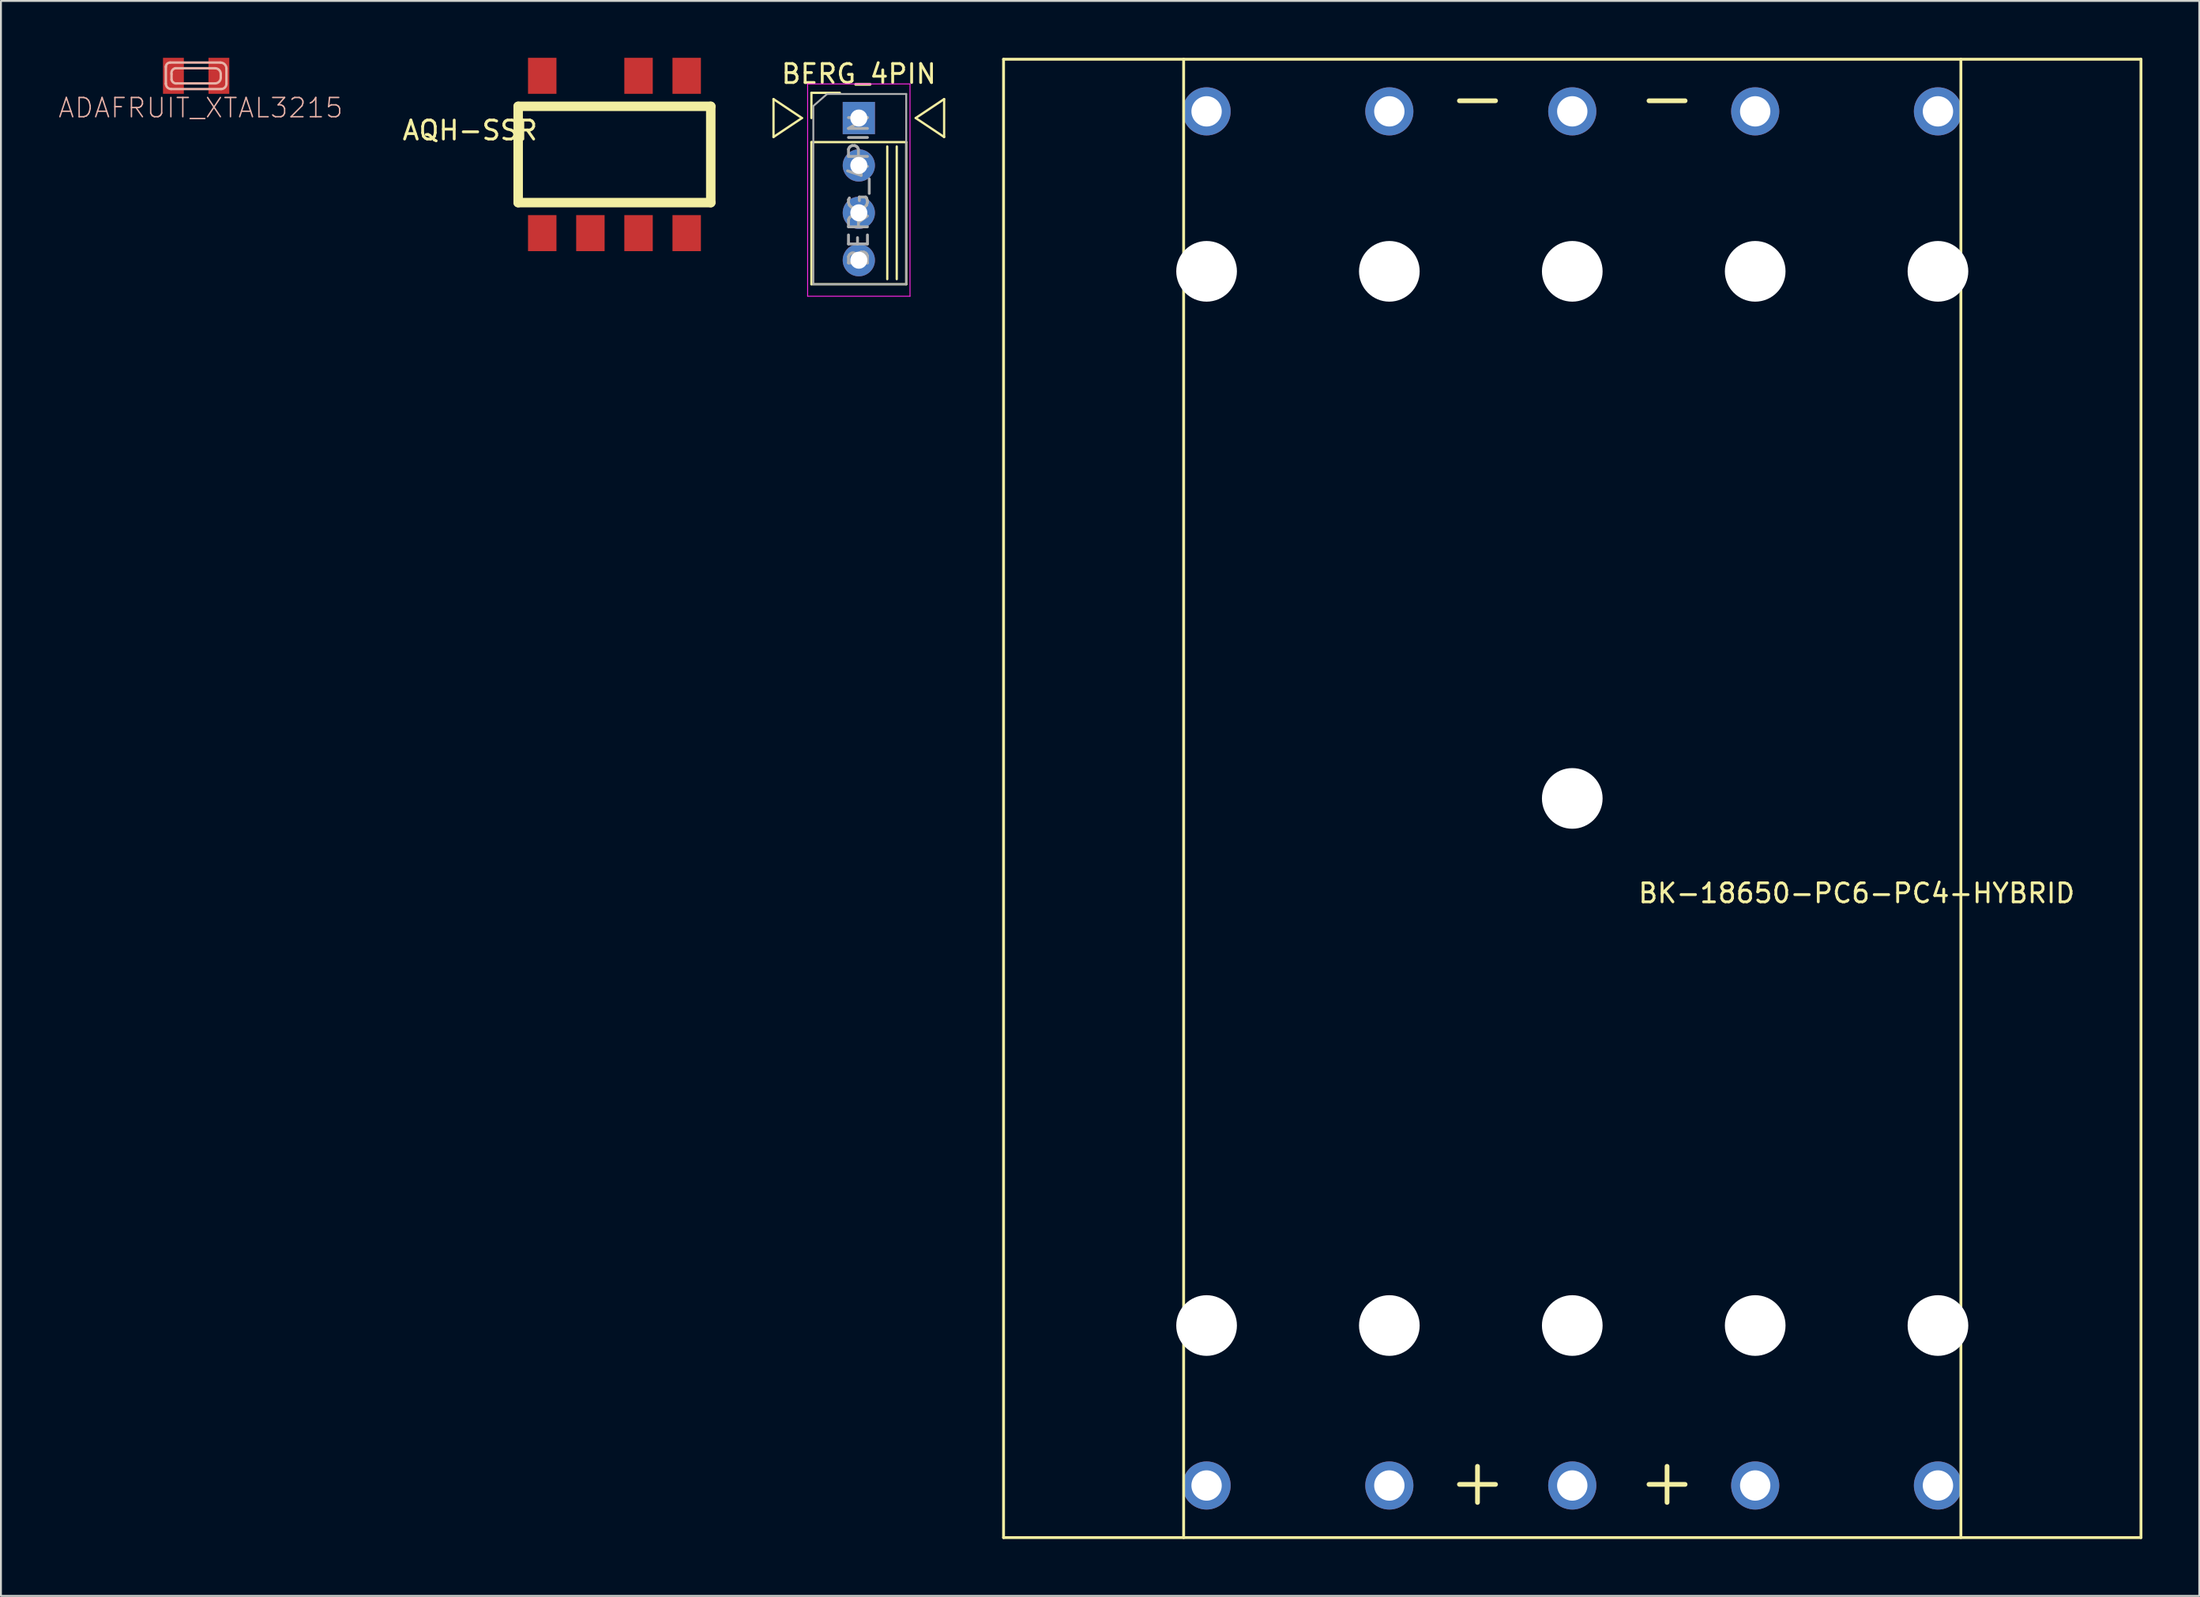
<source format=kicad_pcb>
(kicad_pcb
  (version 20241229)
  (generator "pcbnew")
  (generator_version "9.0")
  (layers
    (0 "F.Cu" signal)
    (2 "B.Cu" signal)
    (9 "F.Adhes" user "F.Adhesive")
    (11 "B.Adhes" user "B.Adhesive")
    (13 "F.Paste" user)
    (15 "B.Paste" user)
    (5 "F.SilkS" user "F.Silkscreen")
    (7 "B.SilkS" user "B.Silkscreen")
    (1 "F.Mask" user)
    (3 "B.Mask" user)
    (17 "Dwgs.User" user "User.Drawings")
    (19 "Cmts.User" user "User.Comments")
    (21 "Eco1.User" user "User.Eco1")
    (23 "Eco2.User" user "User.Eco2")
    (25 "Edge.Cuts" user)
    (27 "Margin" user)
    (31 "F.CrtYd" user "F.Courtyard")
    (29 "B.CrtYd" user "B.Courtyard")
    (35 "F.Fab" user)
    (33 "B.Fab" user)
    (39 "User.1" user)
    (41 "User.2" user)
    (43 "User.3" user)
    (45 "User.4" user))
  (footprint "BK-18650-PC6-PC4-HYBRID"
    (layer "F.Cu")
    (at 79.889 39.075)
    (property "Reference" "BK-18650-PC6-PC4-HYBRID" (at 15 5 0) (layer "F.SilkS") (effects (font (size 1 1) (thickness 0.15))))
    (attr through_hole)
    (fp_line (start -30 -39) (end 30 -39) (stroke (width 0.15) (type solid)) (layer "F.SilkS"))
    (fp_line (start -30 39) (end -30 -39) (stroke (width 0.15) (type solid)) (layer "F.SilkS"))
    (fp_line (start -20.5 -39) (end -20.5 39) (stroke (width 0.15) (type solid)) (layer "F.SilkS"))
    (fp_line (start 20.5 -39) (end 20.5 39) (stroke (width 0.15) (type solid)) (layer "F.SilkS"))
    (fp_line (start 30 -39) (end 30 39) (stroke (width 0.15) (type solid)) (layer "F.SilkS"))
    (fp_line (start 30 39) (end -30 39) (stroke (width 0.15) (type solid)) (layer "F.SilkS"))
    (fp_text user "-" (at 5 -37 0) (layer "F.SilkS") (effects (font (size 2.5 2.5) (thickness 0.25))))
    (fp_text user "-" (at -5 -37 0) (layer "F.SilkS") (effects (font (size 2.5 2.5) (thickness 0.25))))
    (fp_text user "+" (at 5 36 0) (layer "F.SilkS") (effects (font (size 2.5 2.5) (thickness 0.25))))
    (fp_text user "+" (at -5 36 0) (layer "F.SilkS") (effects (font (size 2.5 2.5) (thickness 0.25))))
    (pad "" np_thru_hole circle (at -19.29 -27.81) (size 3.2 3.2) (drill 3.2) (layers "*.Cu" "*.Mask"))
    (pad "" np_thru_hole circle (at -19.29 27.81) (size 3.2 3.2) (drill 3.2) (layers "*.Cu" "*.Mask"))
    (pad "" np_thru_hole circle (at -9.65 -27.81) (size 3.2 3.2) (drill 3.2) (layers "*.Cu" "*.Mask"))
    (pad "" np_thru_hole circle (at -9.65 27.81) (size 3.2 3.2) (drill 3.2) (layers "*.Cu" "*.Mask"))
    (pad "" np_thru_hole circle (at 0 -27.81) (size 3.2 3.2) (drill 3.2) (layers "*.Cu" "*.Mask"))
    (pad "" np_thru_hole circle (at 0 0) (size 3.2 3.2) (drill 3.2) (layers "*.Cu" "*.Mask"))
    (pad "" np_thru_hole circle (at 0 27.81) (size 3.2 3.2) (drill 3.2) (layers "*.Cu" "*.Mask"))
    (pad "" np_thru_hole circle (at 9.65 -27.81) (size 3.2 3.2) (drill 3.2) (layers "*.Cu" "*.Mask"))
    (pad "" np_thru_hole circle (at 9.65 27.81) (size 3.2 3.2) (drill 3.2) (layers "*.Cu" "*.Mask"))
    (pad "" np_thru_hole circle (at 19.29 -27.81) (size 3.2 3.2) (drill 3.2) (layers "*.Cu" "*.Mask"))
    (pad "" np_thru_hole circle (at 19.29 27.81) (size 3.2 3.2) (drill 3.2) (layers "*.Cu" "*.Mask"))
    (pad "1" thru_hole circle (at -19.29 36.25) (size 2.54 2.54) (drill 1.6) (layers "*.Cu" "*.Mask"))
    (pad "1" thru_hole circle (at -9.65 36.25) (size 2.54 2.54) (drill 1.6) (layers "*.Cu" "*.Mask"))
    (pad "1" thru_hole circle (at 0 36.25) (size 2.54 2.54) (drill 1.6) (layers "*.Cu" "*.Mask"))
    (pad "1" thru_hole circle (at 9.65 36.25) (size 2.54 2.54) (drill 1.6) (layers "*.Cu" "*.Mask"))
    (pad "1" thru_hole circle (at 19.29 36.25) (size 2.54 2.54) (drill 1.6) (layers "*.Cu" "*.Mask"))
    (pad "2" thru_hole circle (at -19.29 -36.25) (size 2.54 2.54) (drill 1.6) (layers "*.Cu" "*.Mask"))
    (pad "2" thru_hole circle (at -9.65 -36.25) (size 2.54 2.54) (drill 1.6) (layers "*.Cu" "*.Mask"))
    (pad "2" thru_hole circle (at 0 -36.25) (size 2.54 2.54) (drill 1.6) (layers "*.Cu" "*.Mask"))
    (pad "2" thru_hole circle (at 9.65 -36.25) (size 2.54 2.54) (drill 1.6) (layers "*.Cu" "*.Mask"))
    (pad "2" thru_hole circle (at 19.29 -36.25) (size 2.54 2.54) (drill 1.6) (layers "*.Cu" "*.Mask")))
  (footprint "ADAFRUIT_XTAL3215"
    (layer "F.Cu")
    (at 7.297 0.95)
    (property "Reference" "ADAFRUIT_XTAL3215" (at 0.239 1.692 0) (layer "B.SilkS") (effects (font (size 1.016 1.016) (thickness 0.076))))
    (attr smd)
    (fp_line (start -1.598 0.417) (end -1.598 -0.475) (stroke (width 0.127) (type solid)) (layer "B.SilkS"))
    (fp_line (start -1.374 -0.699) (end 1.283 -0.699) (stroke (width 0.127) (type solid)) (layer "B.SilkS"))
    (fp_line (start -1.298 0.198) (end -1.298 -0.099) (stroke (width 0.127) (type solid)) (layer "B.SilkS"))
    (fp_line (start -1.1 -0.399) (end 0.998 -0.399) (stroke (width 0.127) (type solid)) (layer "B.SilkS"))
    (fp_line (start 0.998 0.399) (end -0.998 0.399) (stroke (width 0.127) (type solid)) (layer "B.SilkS"))
    (fp_line (start 1.298 -0.099) (end 1.298 0.099) (stroke (width 0.127) (type solid)) (layer "B.SilkS"))
    (fp_line (start 1.316 0.699) (end -1.316 0.699) (stroke (width 0.127) (type solid)) (layer "B.SilkS"))
    (fp_line (start 1.598 -0.384) (end 1.598 0.417) (stroke (width 0.127) (type solid)) (layer "B.SilkS"))
    (fp_arc (start -1.59766 -0.47498) (mid -1.532193 -0.633033) (end -1.37414 -0.6985) (stroke (width 0.127) (type solid)) (layer "B.SilkS"))
    (fp_arc (start -1.31572 0.6985) (mid -1.515082 0.615922) (end -1.59766 0.41656) (stroke (width 0.127) (type solid)) (layer "B.SilkS"))
    (fp_arc (start -1.29794 -0.09906) (mid -1.260954 -0.289952) (end -1.09982 -0.39878) (stroke (width 0.127) (type solid)) (layer "B.SilkS"))
    (fp_arc (start -0.99822 0.39878) (mid -1.189112 0.361794) (end -1.29794 0.20066) (stroke (width 0.127) (type solid)) (layer "B.SilkS"))
    (fp_arc (start 0.99822 -0.39878) (mid 1.209969 -0.311179) (end 1.29794 -0.099583) (stroke (width 0.127) (type solid)) (layer "B.SilkS"))
    (fp_arc (start 1.2827 -0.6985) (mid 1.50541 -0.60625) (end 1.59766 -0.38354) (stroke (width 0.127) (type solid)) (layer "B.SilkS"))
    (fp_arc (start 1.29794 0.09906) (mid 1.210154 0.310994) (end 0.99822 0.39878) (stroke (width 0.127) (type solid)) (layer "B.SilkS"))
    (fp_arc (start 1.59766 0.41656) (mid 1.515082 0.615922) (end 1.31572 0.6985) (stroke (width 0.127) (type solid)) (layer "B.SilkS"))
    (pad "P$1" smd rect (at 1.199 0) (size 1.1 1.9) (layers "F.Cu" "F.Mask" "F.Paste"))
    (pad "P$2" smd rect (at -1.199 0 180) (size 1.1 1.9) (layers "F.Cu" "F.Mask" "F.Paste")))
  (footprint "AQH-SSR"
    (layer "F.Cu")
    (at 29.364 5.1)
    (property "Reference" "AQH-SSR" (at -7.62 -1.27 0) (layer "F.SilkS") (effects (font (size 1 1) (thickness 0.15))))
    (attr through_hole)
    (fp_line (start -5.08 -2.54) (end 5.08 -2.54) (stroke (width 0.5) (type solid)) (layer "F.SilkS"))
    (fp_line (start -5.08 2.54) (end -5.08 -2.54) (stroke (width 0.5) (type solid)) (layer "F.SilkS"))
    (fp_line (start 5.08 -2.54) (end 5.08 2.54) (stroke (width 0.5) (type solid)) (layer "F.SilkS"))
    (fp_line (start 5.08 2.54) (end -5.08 2.54) (stroke (width 0.5) (type solid)) (layer "F.SilkS"))
    (pad "1" smd rect (at -3.81 4.15) (size 1.5 1.9) (layers "F.Cu" "F.Mask" "F.Paste"))
    (pad "2" smd rect (at -1.27 4.15) (size 1.5 1.9) (layers "F.Cu" "F.Mask" "F.Paste"))
    (pad "3" smd rect (at 1.27 4.15) (size 1.5 1.9) (layers "F.Cu" "F.Mask" "F.Paste"))
    (pad "4" smd rect (at 3.81 4.15) (size 1.5 1.9) (layers "F.Cu" "F.Mask" "F.Paste"))
    (pad "5" smd rect (at 3.81 -4.15) (size 1.5 1.9) (layers "F.Cu" "F.Mask" "F.Paste"))
    (pad "6" smd rect (at 1.27 -4.15) (size 1.5 1.9) (layers "F.Cu" "F.Mask" "F.Paste"))
    (pad "8" smd rect (at -3.81 -4.15) (size 1.5 1.9) (layers "F.Cu" "F.Mask" "F.Paste")))
  (footprint "BERG_4PIN"
    (layer "F.Cu")
    (at 42.254 3.178)
    (property "Reference" "BERG_4PIN" (at 0 -2.33 0) (layer "F.SilkS") (effects (font (size 1 1) (thickness 0.15))))
    (attr through_hole)
    (fp_line (start -4.5 -1) (end -3 0) (stroke (width 0.12) (type solid)) (layer "F.SilkS"))
    (fp_line (start -4.5 1) (end -4.5 -1) (stroke (width 0.12) (type solid)) (layer "F.SilkS"))
    (fp_line (start -3 0) (end -4.5 1) (stroke (width 0.12) (type solid)) (layer "F.SilkS"))
    (fp_line (start -2.5 -1.33) (end -1 -1.33) (stroke (width 0.12) (type solid)) (layer "F.SilkS"))
    (fp_line (start -2.5 0) (end -2.5 -1.33) (stroke (width 0.12) (type solid)) (layer "F.SilkS"))
    (fp_line (start -2.5 1.27) (end -2.5 8.77) (stroke (width 0.12) (type solid)) (layer "F.SilkS"))
    (fp_line (start -2.5 1.27) (end 2.5 1.27) (stroke (width 0.12) (type solid)) (layer "F.SilkS"))
    (fp_line (start -2.5 8.77) (end 2.5 8.77) (stroke (width 0.12) (type solid)) (layer "F.SilkS"))
    (fp_line (start 1.5 1.5) (end 1.5 8.5) (stroke (width 0.12) (type solid)) (layer "F.SilkS"))
    (fp_line (start 2 1.5) (end 2 8.5) (stroke (width 0.12) (type solid)) (layer "F.SilkS"))
    (fp_line (start 2.5 1.27) (end 2.5 8.77) (stroke (width 0.12) (type solid)) (layer "F.SilkS"))
    (fp_line (start 3 0) (end 4.5 -1) (stroke (width 0.12) (type solid)) (layer "F.SilkS"))
    (fp_line (start 4.5 -1) (end 4.5 1) (stroke (width 0.12) (type solid)) (layer "F.SilkS"))
    (fp_line (start 4.5 1) (end 3 0) (stroke (width 0.12) (type solid)) (layer "F.SilkS"))
    (fp_line (start -2.7 -1.8) (end -2.7 9.4) (stroke (width 0.05) (type solid)) (layer "F.CrtYd"))
    (fp_line (start -2.7 9.4) (end 2.7 9.4) (stroke (width 0.05) (type solid)) (layer "F.CrtYd"))
    (fp_line (start 2.7 -1.8) (end -2.7 -1.8) (stroke (width 0.05) (type solid)) (layer "F.CrtYd"))
    (fp_line (start 2.7 9.4) (end 2.7 -1.8) (stroke (width 0.05) (type solid)) (layer "F.CrtYd"))
    (fp_line (start -2.4 -0.635) (end -1.675 -1.27) (stroke (width 0.1) (type solid)) (layer "F.Fab"))
    (fp_line (start -2.4 8.77) (end -2.4 -0.635) (stroke (width 0.1) (type solid)) (layer "F.Fab"))
    (fp_line (start -1.675 -1.27) (end 2.5 -1.27) (stroke (width 0.1) (type solid)) (layer "F.Fab"))
    (fp_line (start 2.5 -1.27) (end 2.5 8.77) (stroke (width 0.1) (type solid)) (layer "F.Fab"))
    (fp_line (start 2.5 8.77) (end -2.4 8.77) (stroke (width 0.1) (type solid)) (layer "F.Fab"))
    (fp_text user "${REFERENCE}" (at 0 3.81 90) (layer "F.Fab") (effects (font (size 1 1) (thickness 0.15))))
    (pad "1" thru_hole rect (at 0 0) (size 1.7 1.7) (drill 0.9) (layers "*.Cu" "*.Mask"))
    (pad "2" thru_hole oval (at 0 2.5) (size 1.7 1.7) (drill 0.9) (layers "*.Cu" "*.Mask"))
    (pad "3" thru_hole oval (at 0 5) (size 1.7 1.7) (drill 0.9) (layers "*.Cu" "*.Mask"))
    (pad "4" thru_hole oval (at 0 7.5) (size 1.7 1.7) (drill 0.9) (layers "*.Cu" "*.Mask")))
  (gr_rect
    (start -3 -3)
    (end 112.964 81.15)
    (stroke (width 0.1) (type default))
    (fill no)
    (layer "Edge.Cuts")))
</source>
